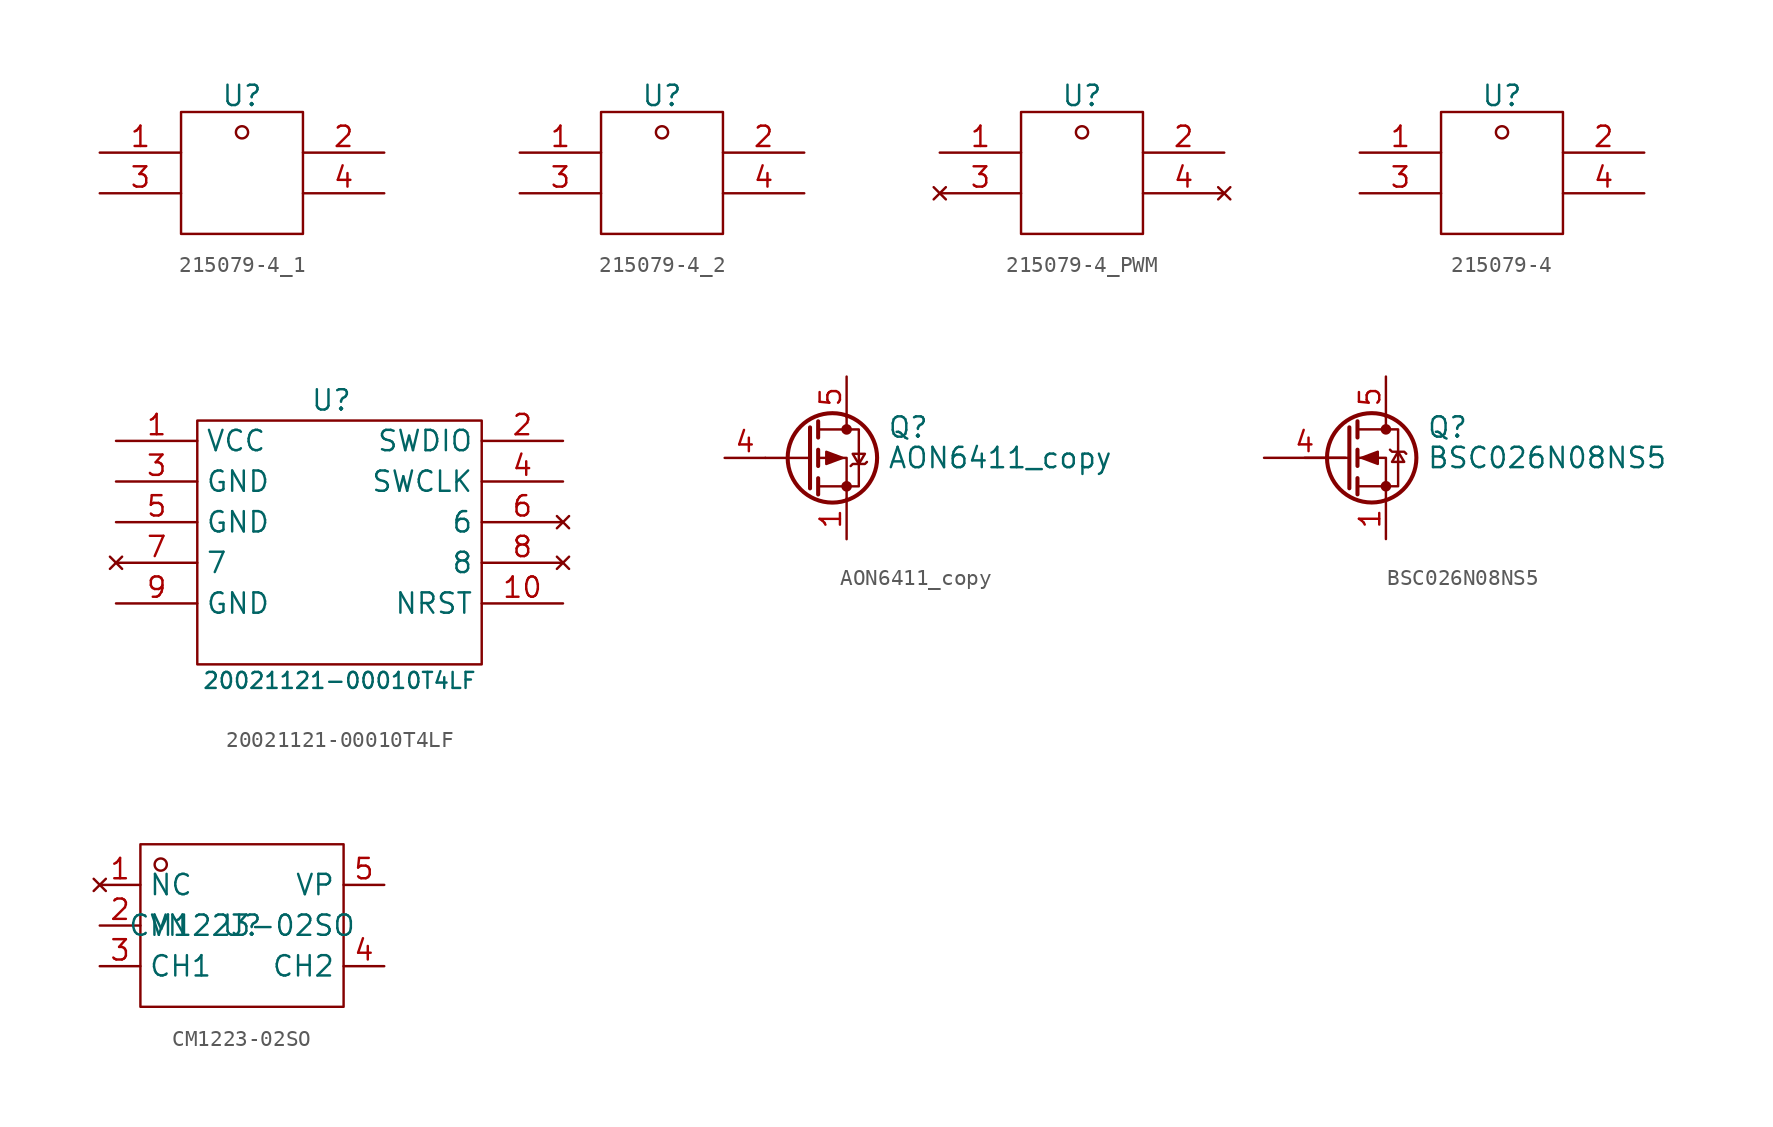
<source format=kicad_sym>
(kicad_symbol_lib
  (version 20241209)
  (generator "kicad_symbol_editor")
  (generator_version "9.0")
  (symbol "215079-4_1"
    (pin_names
      (hide yes))
    (property "Reference" "U"
      (at -1.27 6.096 0)
      (effects (font (size 1.27 1.27))))
    (property "Value" ""
      (at 0 0 0)
      (effects (font (size 1.27 1.27))))
    (symbol "215079-4_1_1_0"
      (rectangle (start -5.08 5.08) (end 2.54 -2.54) (stroke (width 0) (type default)) (fill (type none)))
      (circle (center -1.27 3.81) (radius 0.381) (stroke (width 0) (type default)) (fill (type none)))
      (pin passive line (at -10.16 2.54 0) (length 5.08) (name "1" (effects (font (size 0.5 0.5)))) (number "1" (effects (font (size 1.27 1.27)))))
      (pin passive line (at -10.16 0 0) (length 5.08) (name "3" (effects (font (size 0.5 0.5)))) (number "3" (effects (font (size 1.27 1.27)))))
      (pin passive line (at 7.62 2.54 180) (length 5.08) (name "2" (effects (font (size 0.5 0.5)))) (number "2" (effects (font (size 1.27 1.27)))))
      (pin passive line (at 7.62 0 180) (length 5.08) (name "3" (effects (font (size 0.5 0.5)))) (number "4" (effects (font (size 1.27 1.27)))))))
  (symbol "215079-4_2"
    (pin_names
      (hide yes))
    (property "Reference" "U"
      (at -1.27 6.096 0)
      (effects (font (size 1.27 1.27))))
    (property "Value" ""
      (at 0 0 0)
      (effects (font (size 1.27 1.27))))
    (symbol "215079-4_2_1_0"
      (rectangle (start -5.08 5.08) (end 2.54 -2.54) (stroke (width 0) (type default)) (fill (type none)))
      (circle (center -1.27 3.81) (radius 0.381) (stroke (width 0) (type default)) (fill (type none)))
      (pin passive line (at -10.16 2.54 0) (length 5.08) (name "1" (effects (font (size 0.5 0.5)))) (number "1" (effects (font (size 1.27 1.27)))))
      (pin passive line (at -10.16 0 0) (length 5.08) (name "3" (effects (font (size 0.5 0.5)))) (number "3" (effects (font (size 1.27 1.27)))))
      (pin passive line (at 7.62 2.54 180) (length 5.08) (name "2" (effects (font (size 0.5 0.5)))) (number "2" (effects (font (size 1.27 1.27)))))
      (pin passive line (at 7.62 0 180) (length 5.08) (name "3" (effects (font (size 0.5 0.5)))) (number "4" (effects (font (size 1.27 1.27)))))))
  (symbol "215079-4_PWM"
    (pin_names
      (hide yes))
    (property "Reference" "U"
      (at -1.27 6.096 0)
      (effects (font (size 1.27 1.27))))
    (property "Value" ""
      (at 0 0 0)
      (effects (font (size 1.27 1.27))))
    (symbol "215079-4_PWM_1_0"
      (rectangle (start -5.08 5.08) (end 2.54 -2.54) (stroke (width 0) (type default)) (fill (type none)))
      (circle (center -1.27 3.81) (radius 0.381) (stroke (width 0) (type default)) (fill (type none)))
      (pin passive line (at -10.16 2.54 0) (length 5.08) (name "1" (effects (font (size 0.5 0.5)))) (number "1" (effects (font (size 1.27 1.27)))))
      (pin no_connect line (at -10.16 0 0) (length 5.08) (name "3" (effects (font (size 0.5 0.5)))) (number "3" (effects (font (size 1.27 1.27)))))
      (pin passive line (at 7.62 2.54 180) (length 5.08) (name "2" (effects (font (size 0.5 0.5)))) (number "2" (effects (font (size 1.27 1.27)))))
      (pin no_connect line (at 7.62 0 180) (length 5.08) (name "4" (effects (font (size 0.5 0.5)))) (number "4" (effects (font (size 1.27 1.27)))))))
  (symbol "215079-4"
    (pin_names
      (hide yes))
    (property "Reference" "U"
      (at -1.27 6.096 0)
      (effects (font (size 1.27 1.27))))
    (property "Value" ""
      (at 0 0 0)
      (effects (font (size 1.27 1.27))))
    (symbol "215079-4_1_0"
      (rectangle (start -5.08 5.08) (end 2.54 -2.54) (stroke (width 0) (type default)) (fill (type none)))
      (circle (center -1.27 3.81) (radius 0.381) (stroke (width 0) (type default)) (fill (type none)))
      (pin passive line (at -10.16 2.54 0) (length 5.08) (name "1" (effects (font (size 0.5 0.5)))) (number "1" (effects (font (size 1.27 1.27)))))
      (pin passive line (at -10.16 0 0) (length 5.08) (name "3" (effects (font (size 0.5 0.5)))) (number "3" (effects (font (size 1.27 1.27)))))
      (pin passive line (at 7.62 2.54 180) (length 5.08) (name "2" (effects (font (size 0.5 0.5)))) (number "2" (effects (font (size 1.27 1.27)))))
      (pin passive line (at 7.62 0 180) (length 5.08) (name "3" (effects (font (size 0.5 0.5)))) (number "4" (effects (font (size 1.27 1.27)))))))
  (symbol "20021121-00010T4LF"
    (property "Reference" "U"
      (at -1.778 10.16 0)
      (effects (font (size 1.27 1.27))))
    (property "Value" "20021121-00010T4LF"
      (at -1.27 -7.366 0)
      (effects (font (size 1 1))))
    (symbol "20021121-00010T4LF_1_0"
      (rectangle (start -10.16 8.89) (end 7.62 -6.35) (stroke (width 0) (type default)) (fill (type none)))
      (pin passive line (at -15.24 7.62 0) (length 5.08) (name "VCC" (effects (font (size 1.27 1.27)))) (number "1" (effects (font (size 1.27 1.27)))))
      (pin passive line (at -15.24 5.08 0) (length 5.08) (name "GND" (effects (font (size 1.27 1.27)))) (number "3" (effects (font (size 1.27 1.27)))))
      (pin passive line (at -15.24 2.54 0) (length 5.08) (name "GND" (effects (font (size 1.27 1.27)))) (number "5" (effects (font (size 1.27 1.27)))))
      (pin no_connect line (at -15.24 0 0) (length 5.08) (name "7" (effects (font (size 1.27 1.27)))) (number "7" (effects (font (size 1.27 1.27)))))
      (pin passive line (at -15.24 -2.54 0) (length 5.08) (name "GND" (effects (font (size 1.27 1.27)))) (number "9" (effects (font (size 1.27 1.27)))))
      (pin passive line (at 12.7 7.62 180) (length 5.08) (name "SWDIO" (effects (font (size 1.27 1.27)))) (number "2" (effects (font (size 1.27 1.27)))))
      (pin passive line (at 12.7 5.08 180) (length 5.08) (name "SWCLK" (effects (font (size 1.27 1.27)))) (number "4" (effects (font (size 1.27 1.27)))))
      (pin no_connect line (at 12.7 2.54 180) (length 5.08) (name "6" (effects (font (size 1.27 1.27)))) (number "6" (effects (font (size 1.27 1.27)))))
      (pin no_connect line (at 12.7 0 180) (length 5.08) (name "8" (effects (font (size 1.27 1.27)))) (number "8" (effects (font (size 1.27 1.27)))))
      (pin passive line (at 12.7 -2.54 180) (length 5.08) (name "NRST" (effects (font (size 1.27 1.27)))) (number "10" (effects (font (size 1.27 1.27)))))))
  (symbol "AON6411_copy"
    (pin_names
      (hide yes))
    (property "Reference" "Q"
      (at 5.08 1.905 0)
      (effects (font (size 1.27 1.27)) (justify left)))
    (property "Value" "AON6411_copy"
      (at 5.08 0 0)
      (effects (font (size 1.27 1.27)) (justify left)))
    (symbol "AON6411_copy_0_1"
      (polyline (pts (xy 0.254 1.905) (xy 0.254 -1.905)) (stroke (width 0.254) (type default)) (fill (type none)))
      (polyline (pts (xy 0.254 0) (xy -2.54 0)) (stroke (width 0) (type default)) (fill (type none)))
      (polyline (pts (xy 0.762 2.286) (xy 0.762 1.27)) (stroke (width 0.254) (type default)) (fill (type none)))
      (polyline (pts (xy 0.762 1.778) (xy 3.302 1.778) (xy 3.302 -1.778) (xy 0.762 -1.778)) (stroke (width 0) (type default)) (fill (type none)))
      (polyline (pts (xy 0.762 0.508) (xy 0.762 -0.508)) (stroke (width 0.254) (type default)) (fill (type none)))
      (polyline (pts (xy 0.762 -1.27) (xy 0.762 -2.286)) (stroke (width 0.254) (type default)) (fill (type none)))
      (circle (center 1.651 0) (radius 2.794) (stroke (width 0.254) (type default)) (fill (type none)))
      (polyline (pts (xy 2.286 0) (xy 1.27 0.381) (xy 1.27 -0.381) (xy 2.286 0)) (stroke (width 0) (type default)) (fill (type outline)))
      (polyline (pts (xy 2.54 2.54) (xy 2.54 1.778)) (stroke (width 0) (type default)) (fill (type none)))
      (circle (center 2.54 1.778) (radius 0.254) (stroke (width 0) (type default)) (fill (type outline)))
      (circle (center 2.54 -1.778) (radius 0.254) (stroke (width 0) (type default)) (fill (type outline)))
      (polyline (pts (xy 2.54 -2.54) (xy 2.54 0) (xy 0.762 0)) (stroke (width 0) (type default)) (fill (type none)))
      (polyline (pts (xy 2.794 -0.508) (xy 2.921 -0.381) (xy 3.683 -0.381) (xy 3.81 -0.254)) (stroke (width 0) (type default)) (fill (type none)))
      (polyline (pts (xy 3.302 -0.381) (xy 2.921 0.254) (xy 3.683 0.254) (xy 3.302 -0.381)) (stroke (width 0) (type default)) (fill (type none))))
    (symbol "AON6411_copy_1_1"
      (pin input line (at -5.08 0 0) (length 2.54) (name "G" (effects (font (size 1.27 1.27)))) (number "4" (effects (font (size 1.27 1.27)))))
      (pin passive line (at 2.54 5.08 270) (length 2.54) (name "D" (effects (font (size 1.27 1.27)))) (number "5" (effects (font (size 1.27 1.27)))))
      (pin passive line (at 2.54 -5.08 90) (length 2.54) (name "S" (effects (font (size 1.27 1.27)))) (number "1" (effects (font (size 1.27 1.27)))))
      (pin passive line (at 2.54 -5.08 90) (length 2.54) (hide yes) (name "S" (effects (font (size 1.27 1.27)))) (number "2" (effects (font (size 1.27 1.27)))))
      (pin passive line (at 2.54 -5.08 90) (length 2.54) (hide yes) (name "S" (effects (font (size 1.27 1.27)))) (number "3" (effects (font (size 1.27 1.27)))))))
  (symbol "BSC026N08NS5"
    (pin_names
      (offset 0)
      (hide yes))
    (property "Reference" "Q"
      (at 5.08 1.905 0)
      (effects (font (size 1.27 1.27)) (justify left)))
    (property "Value" "BSC026N08NS5"
      (at 5.08 0 0)
      (effects (font (size 1.27 1.27)) (justify left)))
    (symbol "BSC026N08NS5_0_1"
      (polyline (pts (xy 0.254 1.905) (xy 0.254 -1.905)) (stroke (width 0.254) (type default)) (fill (type none)))
      (polyline (pts (xy 0.254 0) (xy -2.54 0)) (stroke (width 0) (type default)) (fill (type none)))
      (polyline (pts (xy 0.762 2.286) (xy 0.762 1.27)) (stroke (width 0.254) (type default)) (fill (type none)))
      (polyline (pts (xy 0.762 0.508) (xy 0.762 -0.508)) (stroke (width 0.254) (type default)) (fill (type none)))
      (polyline (pts (xy 0.762 -1.27) (xy 0.762 -2.286)) (stroke (width 0.254) (type default)) (fill (type none)))
      (polyline (pts (xy 0.762 -1.778) (xy 3.302 -1.778) (xy 3.302 1.778) (xy 0.762 1.778)) (stroke (width 0) (type default)) (fill (type none)))
      (polyline (pts (xy 1.016 0) (xy 2.032 0.381) (xy 2.032 -0.381) (xy 1.016 0)) (stroke (width 0) (type default)) (fill (type outline)))
      (circle (center 1.651 0) (radius 2.794) (stroke (width 0.254) (type default)) (fill (type none)))
      (polyline (pts (xy 2.54 2.54) (xy 2.54 1.778)) (stroke (width 0) (type default)) (fill (type none)))
      (circle (center 2.54 1.778) (radius 0.254) (stroke (width 0) (type default)) (fill (type outline)))
      (circle (center 2.54 -1.778) (radius 0.254) (stroke (width 0) (type default)) (fill (type outline)))
      (polyline (pts (xy 2.54 -2.54) (xy 2.54 0) (xy 0.762 0)) (stroke (width 0) (type default)) (fill (type none)))
      (polyline (pts (xy 2.794 0.508) (xy 2.921 0.381) (xy 3.683 0.381) (xy 3.81 0.254)) (stroke (width 0) (type default)) (fill (type none)))
      (polyline (pts (xy 3.302 0.381) (xy 2.921 -0.254) (xy 3.683 -0.254) (xy 3.302 0.381)) (stroke (width 0) (type default)) (fill (type none))))
    (symbol "BSC026N08NS5_1_1"
      (pin input line (at -5.08 0 0) (length 5.08) (name "G" (effects (font (size 1.27 1.27)))) (number "4" (effects (font (size 1.27 1.27)))))
      (pin passive line (at 2.54 5.08 270) (length 2.54) (name "D" (effects (font (size 1.27 1.27)))) (number "5" (effects (font (size 1.27 1.27)))))
      (pin passive line (at 2.54 -5.08 90) (length 2.54) (name "S" (effects (font (size 1.27 1.27)))) (number "1" (effects (font (size 1.27 1.27)))))
      (pin passive line (at 2.54 -5.08 90) (length 2.54) (hide yes) (name "S" (effects (font (size 1.27 1.27)))) (number "2" (effects (font (size 1.27 1.27)))))
      (pin passive line (at 2.54 -5.08 90) (length 2.54) (hide yes) (name "S" (effects (font (size 1.27 1.27)))) (number "3" (effects (font (size 1.27 1.27)))))))
  (symbol "CM1223-02SO"
    (property "Reference" "U"
      (at 0 0 0)
      (effects (font (size 1.27 1.27))))
    (property "Value" "CM1223-02SO"
      (at 0 0 0)
      (effects (font (size 1.27 1.27))))
    (symbol "CM1223-02SO_1_0"
      (rectangle (start -6.35 -5.08) (end 6.35 5.08) (stroke (width 0) (type default)) (fill (type none)))
      (circle (center -5.08 3.81) (radius 0.381) (stroke (width 0) (type default)) (fill (type none)))
      (pin no_connect line (at -8.89 2.54 0) (length 2.54) (name "NC" (effects (font (size 1.27 1.27)))) (number "1" (effects (font (size 1.27 1.27)))))
      (pin passive line (at -8.89 0 0) (length 2.54) (name "VN" (effects (font (size 1.27 1.27)))) (number "2" (effects (font (size 1.27 1.27)))))
      (pin bidirectional line (at -8.89 -2.54 0) (length 2.54) (name "CH1" (effects (font (size 1.27 1.27)))) (number "3" (effects (font (size 1.27 1.27)))))
      (pin power_in line (at 8.89 2.54 180) (length 2.54) (name "VP" (effects (font (size 1.27 1.27)))) (number "5" (effects (font (size 1.27 1.27)))))
      (pin bidirectional line (at 8.89 -2.54 180) (length 2.54) (name "CH2" (effects (font (size 1.27 1.27)))) (number "4" (effects (font (size 1.27 1.27))))))))
</source>
